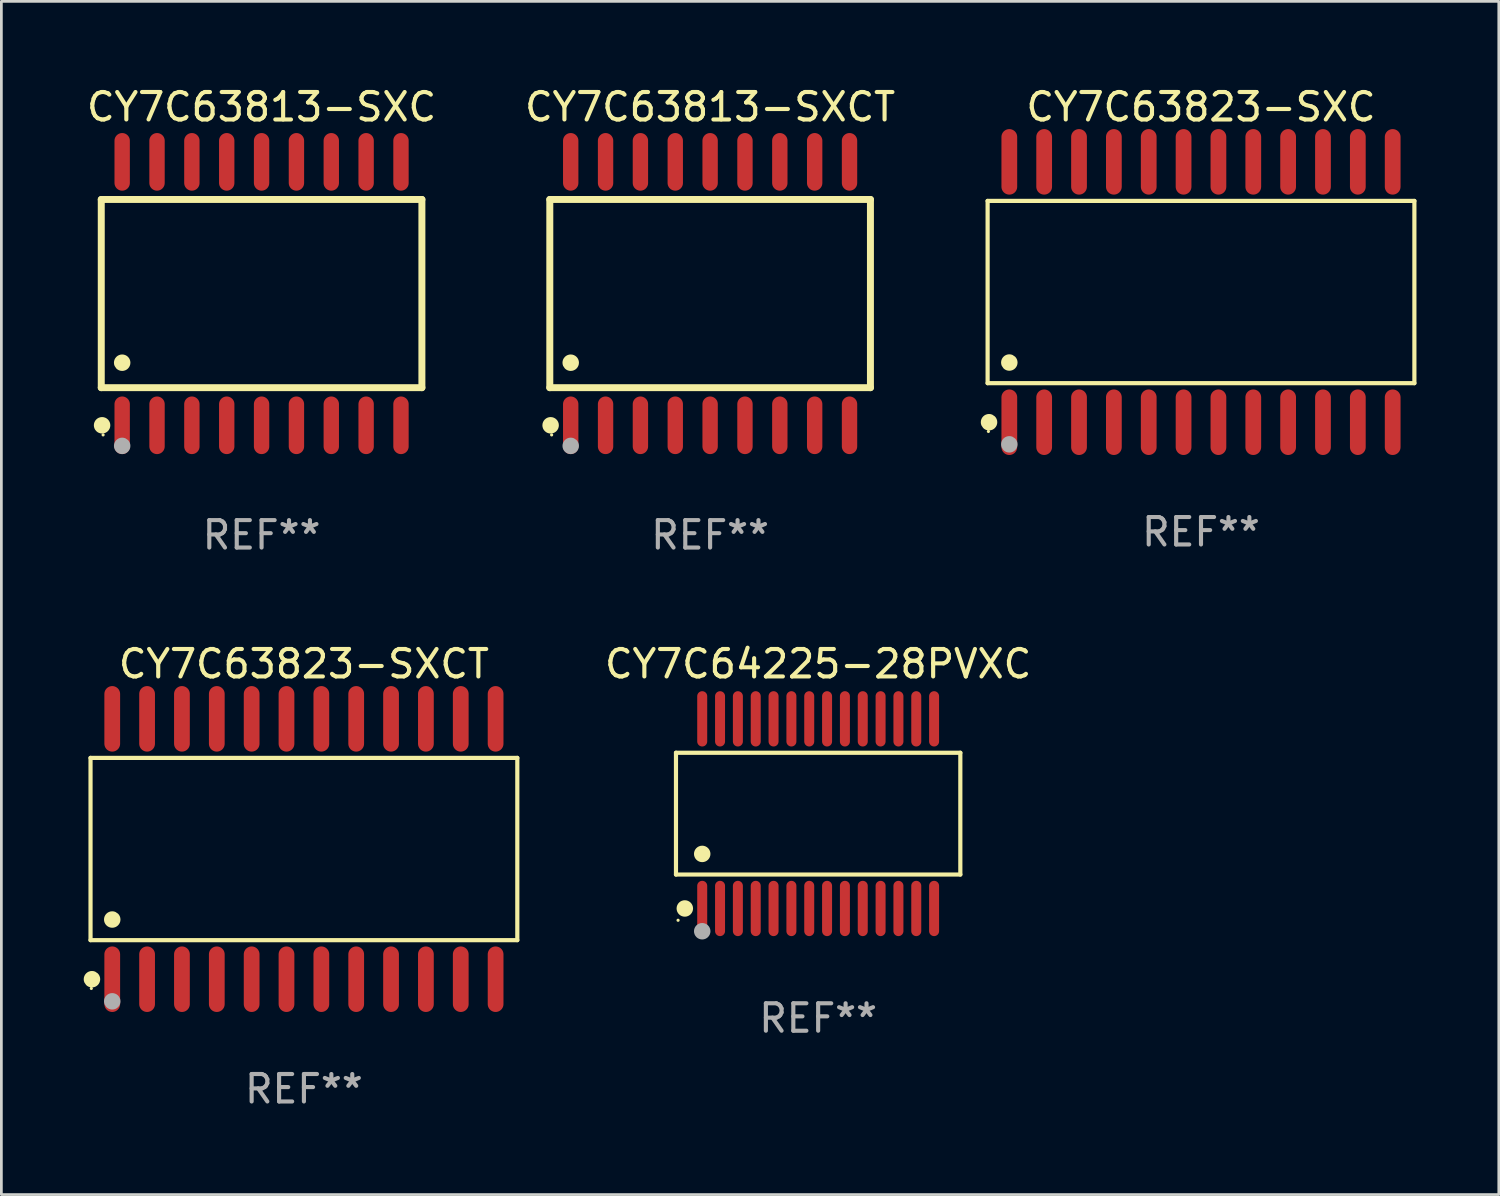
<source format=kicad_pcb>
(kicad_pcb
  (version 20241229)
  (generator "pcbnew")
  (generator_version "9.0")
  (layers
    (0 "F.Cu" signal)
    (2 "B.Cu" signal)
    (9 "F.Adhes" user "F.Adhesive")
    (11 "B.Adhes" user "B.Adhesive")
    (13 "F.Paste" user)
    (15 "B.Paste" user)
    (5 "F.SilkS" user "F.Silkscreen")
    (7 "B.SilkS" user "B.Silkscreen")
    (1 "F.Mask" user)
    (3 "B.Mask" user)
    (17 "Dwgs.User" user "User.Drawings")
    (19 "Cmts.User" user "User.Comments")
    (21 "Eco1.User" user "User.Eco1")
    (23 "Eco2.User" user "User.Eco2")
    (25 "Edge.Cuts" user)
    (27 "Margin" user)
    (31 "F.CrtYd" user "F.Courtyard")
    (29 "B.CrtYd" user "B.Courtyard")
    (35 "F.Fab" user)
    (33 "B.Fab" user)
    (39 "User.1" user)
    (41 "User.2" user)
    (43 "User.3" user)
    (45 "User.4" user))
  (footprint "CY7C63823-SXC"
    (layer "F.Cu")
    (at 40.715 7.592)
    (property "Reference" "CY7C63823-SXC" (at 0 -6.744 0) (layer "F.SilkS") (effects (font (size 1 1) (thickness 0.15))))
    (attr through_hole)
    (fp_line (start -7.776 -3.321) (end 7.776 -3.321) (stroke (width 0.152) (type solid)) (layer "F.SilkS"))
    (fp_line (start -7.776 3.321) (end -7.776 -3.321) (stroke (width 0.152) (type solid)) (layer "F.SilkS"))
    (fp_line (start 7.776 -3.321) (end 7.776 3.321) (stroke (width 0.152) (type solid)) (layer "F.SilkS"))
    (fp_line (start 7.776 3.321) (end -7.776 3.321) (stroke (width 0.152) (type solid)) (layer "F.SilkS"))
    (fp_circle (center -7.747 5.08) (end -7.717 5.08) (stroke (width 0.06) (type solid)) (fill no) (layer "F.SilkS"))
    (fp_circle (center -7.724 4.744) (end -7.574 4.744) (stroke (width 0.3) (type solid)) (fill no) (layer "F.SilkS"))
    (fp_circle (center -6.985 2.569) (end -6.835 2.569) (stroke (width 0.3) (type solid)) (fill no) (layer "F.SilkS"))
    (fp_circle (center -6.985 5.55) (end -6.835 5.55) (stroke (width 0.3) (type solid)) (fill no) (layer "F.Fab"))
    (fp_text user "REF**" (at 0 8.744 0) (layer "F.Fab") (effects (font (size 1 1) (thickness 0.15))))
    (pad "1" smd oval (at -6.985 4.744) (size 0.574 2.388) (layers "F.Cu" "F.Mask" "F.Paste"))
    (pad "2" smd oval (at -5.715 4.744) (size 0.574 2.388) (layers "F.Cu" "F.Mask" "F.Paste"))
    (pad "3" smd oval (at -4.445 4.744) (size 0.574 2.388) (layers "F.Cu" "F.Mask" "F.Paste"))
    (pad "4" smd oval (at -3.175 4.744) (size 0.574 2.388) (layers "F.Cu" "F.Mask" "F.Paste"))
    (pad "5" smd oval (at -1.905 4.744) (size 0.574 2.388) (layers "F.Cu" "F.Mask" "F.Paste"))
    (pad "6" smd oval (at -0.635 4.744) (size 0.574 2.388) (layers "F.Cu" "F.Mask" "F.Paste"))
    (pad "7" smd oval (at 0.635 4.744) (size 0.574 2.388) (layers "F.Cu" "F.Mask" "F.Paste"))
    (pad "8" smd oval (at 1.905 4.744) (size 0.574 2.388) (layers "F.Cu" "F.Mask" "F.Paste"))
    (pad "9" smd oval (at 3.175 4.744) (size 0.574 2.388) (layers "F.Cu" "F.Mask" "F.Paste"))
    (pad "10" smd oval (at 4.445 4.744) (size 0.574 2.388) (layers "F.Cu" "F.Mask" "F.Paste"))
    (pad "11" smd oval (at 5.715 4.744) (size 0.574 2.388) (layers "F.Cu" "F.Mask" "F.Paste"))
    (pad "12" smd oval (at 6.985 4.744) (size 0.574 2.388) (layers "F.Cu" "F.Mask" "F.Paste"))
    (pad "13" smd oval (at 6.985 -4.744) (size 0.574 2.388) (layers "F.Cu" "F.Mask" "F.Paste"))
    (pad "14" smd oval (at 5.715 -4.744) (size 0.574 2.388) (layers "F.Cu" "F.Mask" "F.Paste"))
    (pad "15" smd oval (at 4.445 -4.744) (size 0.574 2.388) (layers "F.Cu" "F.Mask" "F.Paste"))
    (pad "16" smd oval (at 3.175 -4.744) (size 0.574 2.388) (layers "F.Cu" "F.Mask" "F.Paste"))
    (pad "17" smd oval (at 1.905 -4.744) (size 0.574 2.388) (layers "F.Cu" "F.Mask" "F.Paste"))
    (pad "18" smd oval (at 0.635 -4.744) (size 0.574 2.388) (layers "F.Cu" "F.Mask" "F.Paste"))
    (pad "19" smd oval (at -0.635 -4.744) (size 0.574 2.388) (layers "F.Cu" "F.Mask" "F.Paste"))
    (pad "20" smd oval (at -1.905 -4.744) (size 0.574 2.388) (layers "F.Cu" "F.Mask" "F.Paste"))
    (pad "21" smd oval (at -3.175 -4.744) (size 0.574 2.388) (layers "F.Cu" "F.Mask" "F.Paste"))
    (pad "22" smd oval (at -4.445 -4.744) (size 0.574 2.388) (layers "F.Cu" "F.Mask" "F.Paste"))
    (pad "23" smd oval (at -5.715 -4.744) (size 0.574 2.388) (layers "F.Cu" "F.Mask" "F.Paste"))
    (pad "24" smd oval (at -6.985 -4.744) (size 0.574 2.388) (layers "F.Cu" "F.Mask" "F.Paste")))
  (footprint "CY7C63823-SXCT"
    (layer "F.Cu")
    (at 8.025 27.889)
    (property "Reference" "CY7C63823-SXCT" (at 0 -6.744 0) (layer "F.SilkS") (effects (font (size 1 1) (thickness 0.15))))
    (attr through_hole)
    (fp_line (start -7.776 -3.321) (end 7.776 -3.321) (stroke (width 0.152) (type solid)) (layer "F.SilkS"))
    (fp_line (start -7.776 3.321) (end -7.776 -3.321) (stroke (width 0.152) (type solid)) (layer "F.SilkS"))
    (fp_line (start 7.776 -3.321) (end 7.776 3.321) (stroke (width 0.152) (type solid)) (layer "F.SilkS"))
    (fp_line (start 7.776 3.321) (end -7.776 3.321) (stroke (width 0.152) (type solid)) (layer "F.SilkS"))
    (fp_circle (center -7.747 5.08) (end -7.717 5.08) (stroke (width 0.06) (type solid)) (fill no) (layer "F.SilkS"))
    (fp_circle (center -7.724 4.744) (end -7.574 4.744) (stroke (width 0.3) (type solid)) (fill no) (layer "F.SilkS"))
    (fp_circle (center -6.985 2.569) (end -6.835 2.569) (stroke (width 0.3) (type solid)) (fill no) (layer "F.SilkS"))
    (fp_circle (center -6.985 5.55) (end -6.835 5.55) (stroke (width 0.3) (type solid)) (fill no) (layer "F.Fab"))
    (fp_text user "REF**" (at 0 8.744 0) (layer "F.Fab") (effects (font (size 1 1) (thickness 0.15))))
    (pad "1" smd oval (at -6.985 4.744) (size 0.574 2.388) (layers "F.Cu" "F.Mask" "F.Paste"))
    (pad "2" smd oval (at -5.715 4.744) (size 0.574 2.388) (layers "F.Cu" "F.Mask" "F.Paste"))
    (pad "3" smd oval (at -4.445 4.744) (size 0.574 2.388) (layers "F.Cu" "F.Mask" "F.Paste"))
    (pad "4" smd oval (at -3.175 4.744) (size 0.574 2.388) (layers "F.Cu" "F.Mask" "F.Paste"))
    (pad "5" smd oval (at -1.905 4.744) (size 0.574 2.388) (layers "F.Cu" "F.Mask" "F.Paste"))
    (pad "6" smd oval (at -0.635 4.744) (size 0.574 2.388) (layers "F.Cu" "F.Mask" "F.Paste"))
    (pad "7" smd oval (at 0.635 4.744) (size 0.574 2.388) (layers "F.Cu" "F.Mask" "F.Paste"))
    (pad "8" smd oval (at 1.905 4.744) (size 0.574 2.388) (layers "F.Cu" "F.Mask" "F.Paste"))
    (pad "9" smd oval (at 3.175 4.744) (size 0.574 2.388) (layers "F.Cu" "F.Mask" "F.Paste"))
    (pad "10" smd oval (at 4.445 4.744) (size 0.574 2.388) (layers "F.Cu" "F.Mask" "F.Paste"))
    (pad "11" smd oval (at 5.715 4.744) (size 0.574 2.388) (layers "F.Cu" "F.Mask" "F.Paste"))
    (pad "12" smd oval (at 6.985 4.744) (size 0.574 2.388) (layers "F.Cu" "F.Mask" "F.Paste"))
    (pad "13" smd oval (at 6.985 -4.744) (size 0.574 2.388) (layers "F.Cu" "F.Mask" "F.Paste"))
    (pad "14" smd oval (at 5.715 -4.744) (size 0.574 2.388) (layers "F.Cu" "F.Mask" "F.Paste"))
    (pad "15" smd oval (at 4.445 -4.744) (size 0.574 2.388) (layers "F.Cu" "F.Mask" "F.Paste"))
    (pad "16" smd oval (at 3.175 -4.744) (size 0.574 2.388) (layers "F.Cu" "F.Mask" "F.Paste"))
    (pad "17" smd oval (at 1.905 -4.744) (size 0.574 2.388) (layers "F.Cu" "F.Mask" "F.Paste"))
    (pad "18" smd oval (at 0.635 -4.744) (size 0.574 2.388) (layers "F.Cu" "F.Mask" "F.Paste"))
    (pad "19" smd oval (at -0.635 -4.744) (size 0.574 2.388) (layers "F.Cu" "F.Mask" "F.Paste"))
    (pad "20" smd oval (at -1.905 -4.744) (size 0.574 2.388) (layers "F.Cu" "F.Mask" "F.Paste"))
    (pad "21" smd oval (at -3.175 -4.744) (size 0.574 2.388) (layers "F.Cu" "F.Mask" "F.Paste"))
    (pad "22" smd oval (at -4.445 -4.744) (size 0.574 2.388) (layers "F.Cu" "F.Mask" "F.Paste"))
    (pad "23" smd oval (at -5.715 -4.744) (size 0.574 2.388) (layers "F.Cu" "F.Mask" "F.Paste"))
    (pad "24" smd oval (at -6.985 -4.744) (size 0.574 2.388) (layers "F.Cu" "F.Mask" "F.Paste")))
  (footprint "CY7C64225-28PVXC"
    (layer "F.Cu")
    (at 26.764 26.6)
    (property "Reference" "CY7C64225-28PVXC" (at 0 -5.455 0) (layer "F.SilkS") (effects (font (size 1 1) (thickness 0.15))))
    (attr through_hole)
    (fp_line (start -5.181 -2.219) (end 5.181 -2.219) (stroke (width 0.152) (type solid)) (layer "F.SilkS"))
    (fp_line (start -5.181 2.219) (end -5.181 -2.219) (stroke (width 0.152) (type solid)) (layer "F.SilkS"))
    (fp_line (start 5.181 -2.219) (end 5.181 2.219) (stroke (width 0.152) (type solid)) (layer "F.SilkS"))
    (fp_line (start 5.181 2.219) (end -5.181 2.219) (stroke (width 0.152) (type solid)) (layer "F.SilkS"))
    (fp_circle (center -5.105 3.885) (end -5.075 3.885) (stroke (width 0.06) (type solid)) (fill no) (layer "F.SilkS"))
    (fp_circle (center -4.859 3.455) (end -4.709 3.455) (stroke (width 0.3) (type solid)) (fill no) (layer "F.SilkS"))
    (fp_circle (center -4.225 1.467) (end -4.075 1.467) (stroke (width 0.3) (type solid)) (fill no) (layer "F.SilkS"))
    (fp_circle (center -4.225 4.285) (end -4.075 4.285) (stroke (width 0.3) (type solid)) (fill no) (layer "F.Fab"))
    (fp_text user "REF**" (at 0 7.455 0) (layer "F.Fab") (effects (font (size 1 1) (thickness 0.15))))
    (pad "1" smd oval (at -4.225 3.455) (size 0.364 2.015) (layers "F.Cu" "F.Mask" "F.Paste"))
    (pad "2" smd oval (at -3.575 3.455) (size 0.364 2.015) (layers "F.Cu" "F.Mask" "F.Paste"))
    (pad "3" smd oval (at -2.925 3.455) (size 0.364 2.015) (layers "F.Cu" "F.Mask" "F.Paste"))
    (pad "4" smd oval (at -2.275 3.455) (size 0.364 2.015) (layers "F.Cu" "F.Mask" "F.Paste"))
    (pad "5" smd oval (at -1.625 3.455) (size 0.364 2.015) (layers "F.Cu" "F.Mask" "F.Paste"))
    (pad "6" smd oval (at -0.975 3.455) (size 0.364 2.015) (layers "F.Cu" "F.Mask" "F.Paste"))
    (pad "7" smd oval (at -0.325 3.455) (size 0.364 2.015) (layers "F.Cu" "F.Mask" "F.Paste"))
    (pad "8" smd oval (at 0.325 3.455) (size 0.364 2.015) (layers "F.Cu" "F.Mask" "F.Paste"))
    (pad "9" smd oval (at 0.975 3.455) (size 0.364 2.015) (layers "F.Cu" "F.Mask" "F.Paste"))
    (pad "10" smd oval (at 1.625 3.455) (size 0.364 2.015) (layers "F.Cu" "F.Mask" "F.Paste"))
    (pad "11" smd oval (at 2.275 3.455) (size 0.364 2.015) (layers "F.Cu" "F.Mask" "F.Paste"))
    (pad "12" smd oval (at 2.925 3.455) (size 0.364 2.015) (layers "F.Cu" "F.Mask" "F.Paste"))
    (pad "13" smd oval (at 3.575 3.455) (size 0.364 2.015) (layers "F.Cu" "F.Mask" "F.Paste"))
    (pad "14" smd oval (at 4.225 3.455) (size 0.364 2.015) (layers "F.Cu" "F.Mask" "F.Paste"))
    (pad "15" smd oval (at 4.225 -3.455) (size 0.364 2.015) (layers "F.Cu" "F.Mask" "F.Paste"))
    (pad "16" smd oval (at 3.575 -3.455) (size 0.364 2.015) (layers "F.Cu" "F.Mask" "F.Paste"))
    (pad "17" smd oval (at 2.925 -3.455) (size 0.364 2.015) (layers "F.Cu" "F.Mask" "F.Paste"))
    (pad "18" smd oval (at 2.275 -3.455) (size 0.364 2.015) (layers "F.Cu" "F.Mask" "F.Paste"))
    (pad "19" smd oval (at 1.625 -3.455) (size 0.364 2.015) (layers "F.Cu" "F.Mask" "F.Paste"))
    (pad "20" smd oval (at 0.975 -3.455) (size 0.364 2.015) (layers "F.Cu" "F.Mask" "F.Paste"))
    (pad "21" smd oval (at 0.325 -3.455) (size 0.364 2.015) (layers "F.Cu" "F.Mask" "F.Paste"))
    (pad "22" smd oval (at -0.325 -3.455) (size 0.364 2.015) (layers "F.Cu" "F.Mask" "F.Paste"))
    (pad "23" smd oval (at -0.975 -3.455) (size 0.364 2.015) (layers "F.Cu" "F.Mask" "F.Paste"))
    (pad "24" smd oval (at -1.625 -3.455) (size 0.364 2.015) (layers "F.Cu" "F.Mask" "F.Paste"))
    (pad "25" smd oval (at -2.275 -3.455) (size 0.364 2.015) (layers "F.Cu" "F.Mask" "F.Paste"))
    (pad "26" smd oval (at -2.925 -3.455) (size 0.364 2.015) (layers "F.Cu" "F.Mask" "F.Paste"))
    (pad "27" smd oval (at -3.575 -3.455) (size 0.364 2.015) (layers "F.Cu" "F.Mask" "F.Paste"))
    (pad "28" smd oval (at -4.225 -3.455) (size 0.364 2.015) (layers "F.Cu" "F.Mask" "F.Paste")))
  (footprint "CY7C63813-SXC"
    (layer "F.Cu")
    (at 6.482 7.648)
    (property "Reference" "CY7C63813-SXC" (at 0 -6.8 0) (layer "F.SilkS") (effects (font (size 1 1) (thickness 0.15))))
    (attr through_hole)
    (fp_line (start -5.842 -3.429) (end -5.842 3.429) (stroke (width 0.254) (type solid)) (layer "F.SilkS"))
    (fp_line (start -5.842 3.429) (end 5.842 3.429) (stroke (width 0.254) (type solid)) (layer "F.SilkS"))
    (fp_line (start 5.842 -3.429) (end -5.842 -3.429) (stroke (width 0.254) (type solid)) (layer "F.SilkS"))
    (fp_line (start 5.842 3.429) (end 5.842 -3.429) (stroke (width 0.254) (type solid)) (layer "F.SilkS"))
    (fp_circle (center -5.812 4.8) (end -5.662 4.8) (stroke (width 0.3) (type solid)) (fill no) (layer "F.SilkS"))
    (fp_circle (center -5.775 5.15) (end -5.745 5.15) (stroke (width 0.06) (type solid)) (fill no) (layer "F.SilkS"))
    (fp_circle (center -5.08 2.519) (end -4.93 2.519) (stroke (width 0.3) (type solid)) (fill no) (layer "F.SilkS"))
    (fp_circle (center -5.08 5.55) (end -4.93 5.55) (stroke (width 0.3) (type solid)) (fill no) (layer "F.Fab"))
    (fp_text user "REF**" (at 0 8.8 0) (layer "F.Fab") (effects (font (size 1 1) (thickness 0.15))))
    (pad "1" smd oval (at -5.08 4.8) (size 0.56 2.1) (layers "F.Cu" "F.Mask" "F.Paste"))
    (pad "2" smd oval (at -3.81 4.8) (size 0.56 2.1) (layers "F.Cu" "F.Mask" "F.Paste"))
    (pad "3" smd oval (at -2.54 4.8) (size 0.56 2.1) (layers "F.Cu" "F.Mask" "F.Paste"))
    (pad "4" smd oval (at -1.27 4.8) (size 0.56 2.1) (layers "F.Cu" "F.Mask" "F.Paste"))
    (pad "5" smd oval (at 0 4.8) (size 0.56 2.1) (layers "F.Cu" "F.Mask" "F.Paste"))
    (pad "6" smd oval (at 1.27 4.8) (size 0.56 2.1) (layers "F.Cu" "F.Mask" "F.Paste"))
    (pad "7" smd oval (at 2.54 4.8) (size 0.56 2.1) (layers "F.Cu" "F.Mask" "F.Paste"))
    (pad "8" smd oval (at 3.81 4.8) (size 0.56 2.1) (layers "F.Cu" "F.Mask" "F.Paste"))
    (pad "9" smd oval (at 5.08 4.8) (size 0.56 2.1) (layers "F.Cu" "F.Mask" "F.Paste"))
    (pad "10" smd oval (at 5.08 -4.8) (size 0.56 2.1) (layers "F.Cu" "F.Mask" "F.Paste"))
    (pad "11" smd oval (at 3.81 -4.8) (size 0.56 2.1) (layers "F.Cu" "F.Mask" "F.Paste"))
    (pad "12" smd oval (at 2.54 -4.8) (size 0.56 2.1) (layers "F.Cu" "F.Mask" "F.Paste"))
    (pad "13" smd oval (at 1.27 -4.8) (size 0.56 2.1) (layers "F.Cu" "F.Mask" "F.Paste"))
    (pad "14" smd oval (at 0 -4.8) (size 0.56 2.1) (layers "F.Cu" "F.Mask" "F.Paste"))
    (pad "15" smd oval (at -1.27 -4.8) (size 0.56 2.1) (layers "F.Cu" "F.Mask" "F.Paste"))
    (pad "16" smd oval (at -2.54 -4.8) (size 0.56 2.1) (layers "F.Cu" "F.Mask" "F.Paste"))
    (pad "17" smd oval (at -3.81 -4.8) (size 0.56 2.1) (layers "F.Cu" "F.Mask" "F.Paste"))
    (pad "18" smd oval (at -5.08 -4.8) (size 0.56 2.1) (layers "F.Cu" "F.Mask" "F.Paste")))
  (footprint "CY7C63813-SXCT"
    (layer "F.Cu")
    (at 22.827 7.648)
    (property "Reference" "CY7C63813-SXCT" (at 0 -6.8 0) (layer "F.SilkS") (effects (font (size 1 1) (thickness 0.15))))
    (attr through_hole)
    (fp_line (start -5.842 -3.429) (end -5.842 3.429) (stroke (width 0.254) (type solid)) (layer "F.SilkS"))
    (fp_line (start -5.842 3.429) (end 5.842 3.429) (stroke (width 0.254) (type solid)) (layer "F.SilkS"))
    (fp_line (start 5.842 -3.429) (end -5.842 -3.429) (stroke (width 0.254) (type solid)) (layer "F.SilkS"))
    (fp_line (start 5.842 3.429) (end 5.842 -3.429) (stroke (width 0.254) (type solid)) (layer "F.SilkS"))
    (fp_circle (center -5.812 4.8) (end -5.662 4.8) (stroke (width 0.3) (type solid)) (fill no) (layer "F.SilkS"))
    (fp_circle (center -5.775 5.15) (end -5.745 5.15) (stroke (width 0.06) (type solid)) (fill no) (layer "F.SilkS"))
    (fp_circle (center -5.08 2.519) (end -4.93 2.519) (stroke (width 0.3) (type solid)) (fill no) (layer "F.SilkS"))
    (fp_circle (center -5.08 5.55) (end -4.93 5.55) (stroke (width 0.3) (type solid)) (fill no) (layer "F.Fab"))
    (fp_text user "REF**" (at 0 8.8 0) (layer "F.Fab") (effects (font (size 1 1) (thickness 0.15))))
    (pad "1" smd oval (at -5.08 4.8) (size 0.56 2.1) (layers "F.Cu" "F.Mask" "F.Paste"))
    (pad "2" smd oval (at -3.81 4.8) (size 0.56 2.1) (layers "F.Cu" "F.Mask" "F.Paste"))
    (pad "3" smd oval (at -2.54 4.8) (size 0.56 2.1) (layers "F.Cu" "F.Mask" "F.Paste"))
    (pad "4" smd oval (at -1.27 4.8) (size 0.56 2.1) (layers "F.Cu" "F.Mask" "F.Paste"))
    (pad "5" smd oval (at 0 4.8) (size 0.56 2.1) (layers "F.Cu" "F.Mask" "F.Paste"))
    (pad "6" smd oval (at 1.27 4.8) (size 0.56 2.1) (layers "F.Cu" "F.Mask" "F.Paste"))
    (pad "7" smd oval (at 2.54 4.8) (size 0.56 2.1) (layers "F.Cu" "F.Mask" "F.Paste"))
    (pad "8" smd oval (at 3.81 4.8) (size 0.56 2.1) (layers "F.Cu" "F.Mask" "F.Paste"))
    (pad "9" smd oval (at 5.08 4.8) (size 0.56 2.1) (layers "F.Cu" "F.Mask" "F.Paste"))
    (pad "10" smd oval (at 5.08 -4.8) (size 0.56 2.1) (layers "F.Cu" "F.Mask" "F.Paste"))
    (pad "11" smd oval (at 3.81 -4.8) (size 0.56 2.1) (layers "F.Cu" "F.Mask" "F.Paste"))
    (pad "12" smd oval (at 2.54 -4.8) (size 0.56 2.1) (layers "F.Cu" "F.Mask" "F.Paste"))
    (pad "13" smd oval (at 1.27 -4.8) (size 0.56 2.1) (layers "F.Cu" "F.Mask" "F.Paste"))
    (pad "14" smd oval (at 0 -4.8) (size 0.56 2.1) (layers "F.Cu" "F.Mask" "F.Paste"))
    (pad "15" smd oval (at -1.27 -4.8) (size 0.56 2.1) (layers "F.Cu" "F.Mask" "F.Paste"))
    (pad "16" smd oval (at -2.54 -4.8) (size 0.56 2.1) (layers "F.Cu" "F.Mask" "F.Paste"))
    (pad "17" smd oval (at -3.81 -4.8) (size 0.56 2.1) (layers "F.Cu" "F.Mask" "F.Paste"))
    (pad "18" smd oval (at -5.08 -4.8) (size 0.56 2.1) (layers "F.Cu" "F.Mask" "F.Paste")))
  (gr_rect
    (start -3 -3)
    (end 51.567 40.481)
    (stroke (width 0.1) (type default))
    (fill no)
    (layer "Edge.Cuts")))
</source>
